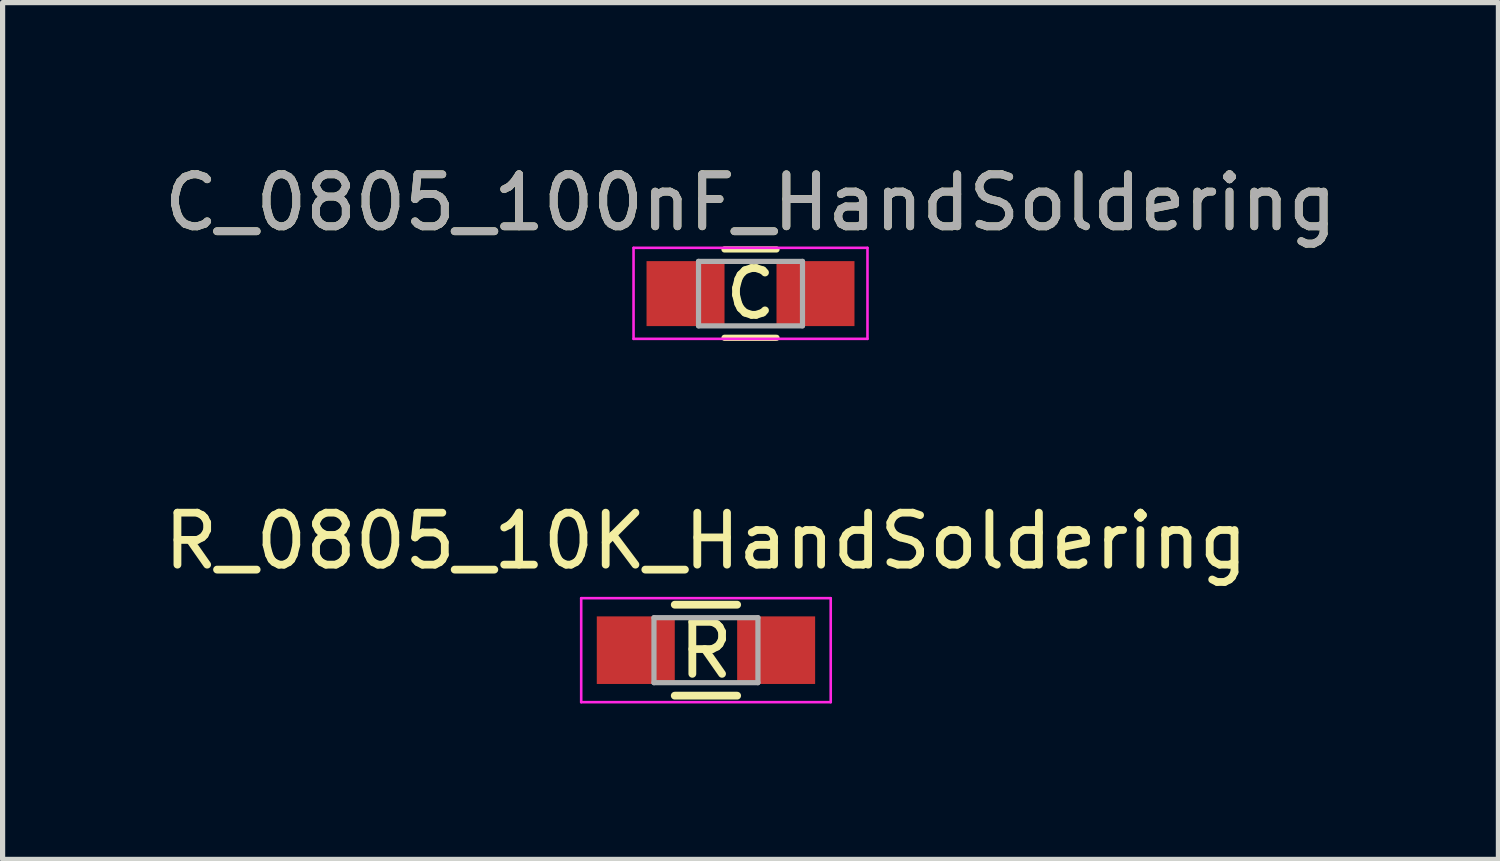
<source format=kicad_pcb>
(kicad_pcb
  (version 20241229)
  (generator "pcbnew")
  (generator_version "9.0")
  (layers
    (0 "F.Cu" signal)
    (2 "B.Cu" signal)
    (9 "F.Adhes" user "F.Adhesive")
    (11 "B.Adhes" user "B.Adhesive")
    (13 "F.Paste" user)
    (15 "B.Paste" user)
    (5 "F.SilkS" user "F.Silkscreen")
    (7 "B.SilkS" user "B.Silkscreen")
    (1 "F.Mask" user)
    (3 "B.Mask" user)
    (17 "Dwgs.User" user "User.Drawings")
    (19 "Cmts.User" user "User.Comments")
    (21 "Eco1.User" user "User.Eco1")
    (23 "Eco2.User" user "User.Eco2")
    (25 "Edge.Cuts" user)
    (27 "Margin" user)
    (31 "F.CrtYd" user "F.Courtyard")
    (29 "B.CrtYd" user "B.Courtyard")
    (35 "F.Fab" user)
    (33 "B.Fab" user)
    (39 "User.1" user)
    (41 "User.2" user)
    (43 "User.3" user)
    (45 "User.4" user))
  (footprint "C_0805_100nF_HandSoldering"
    (layer "F.Cu")
    (at 11.387 2.598)
    (property "Reference" "C_0805_100nF_HandSoldering" (at 0 -1.75 0) (layer "F.SilkS") (effects (font (size 1 1) (thickness 0.15))))
    (attr smd)
    (fp_line (start -0.5 0.85) (end 0.5 0.85) (stroke (width 0.12) (type solid)) (layer "F.SilkS"))
    (fp_line (start 0.5 -0.85) (end -0.5 -0.85) (stroke (width 0.12) (type solid)) (layer "F.SilkS"))
    (fp_line (start -2.25 -0.88) (end -2.25 0.87) (stroke (width 0.05) (type solid)) (layer "F.CrtYd"))
    (fp_line (start -2.25 -0.88) (end 2.25 -0.88) (stroke (width 0.05) (type solid)) (layer "F.CrtYd"))
    (fp_line (start 2.25 0.87) (end -2.25 0.87) (stroke (width 0.05) (type solid)) (layer "F.CrtYd"))
    (fp_line (start 2.25 0.87) (end 2.25 -0.88) (stroke (width 0.05) (type solid)) (layer "F.CrtYd"))
    (fp_line (start -1 -0.62) (end 1 -0.62) (stroke (width 0.1) (type solid)) (layer "F.Fab"))
    (fp_line (start -1 0.62) (end -1 -0.62) (stroke (width 0.1) (type solid)) (layer "F.Fab"))
    (fp_line (start 1 -0.62) (end 1 0.62) (stroke (width 0.1) (type solid)) (layer "F.Fab"))
    (fp_line (start 1 0.62) (end -1 0.62) (stroke (width 0.1) (type solid)) (layer "F.Fab"))
    (fp_text user "C" (at 0 0 0) (layer "F.SilkS") (effects (font (size 0.9 0.9) (thickness 0.15))))
    (fp_text user "${REFERENCE}" (at 0 -1.75 0) (layer "F.Fab") (effects (font (size 1 1) (thickness 0.15))))
    (pad "1" smd rect (at -1.25 0) (size 1.5 1.25) (layers "F.Cu" "F.Mask" "F.Paste"))
    (pad "2" smd rect (at 1.25 0) (size 1.5 1.25) (layers "F.Cu" "F.Mask" "F.Paste")))
  (footprint "R_0805_10K_HandSoldering"
    (layer "F.Cu")
    (at 10.53 9.457)
    (property "Reference" "R_0805_10K_HandSoldering" (at 0 -2.1 0) (layer "F.SilkS") (effects (font (size 1 1) (thickness 0.15))))
    (attr smd)
    (fp_line (start -0.6 -0.875) (end 0.6 -0.875) (stroke (width 0.15) (type solid)) (layer "F.SilkS"))
    (fp_line (start 0.6 0.875) (end -0.6 0.875) (stroke (width 0.15) (type solid)) (layer "F.SilkS"))
    (fp_line (start -2.4 -1) (end -2.4 1) (stroke (width 0.05) (type solid)) (layer "F.CrtYd"))
    (fp_line (start -2.4 -1) (end 2.4 -1) (stroke (width 0.05) (type solid)) (layer "F.CrtYd"))
    (fp_line (start -2.4 1) (end 2.4 1) (stroke (width 0.05) (type solid)) (layer "F.CrtYd"))
    (fp_line (start 2.4 -1) (end 2.4 1) (stroke (width 0.05) (type solid)) (layer "F.CrtYd"))
    (fp_line (start -1 -0.625) (end 1 -0.625) (stroke (width 0.1) (type solid)) (layer "F.Fab"))
    (fp_line (start -1 0.625) (end -1 -0.625) (stroke (width 0.1) (type solid)) (layer "F.Fab"))
    (fp_line (start 1 -0.625) (end 1 0.625) (stroke (width 0.1) (type solid)) (layer "F.Fab"))
    (fp_line (start 1 0.625) (end -1 0.625) (stroke (width 0.1) (type solid)) (layer "F.Fab"))
    (fp_text user "R" (at 0 0 0) (layer "F.SilkS") (effects (font (size 1 1) (thickness 0.15))))
    (pad "1" smd rect (at -1.35 0) (size 1.5 1.3) (layers "F.Cu" "F.Mask" "F.Paste"))
    (pad "2" smd rect (at 1.35 0) (size 1.5 1.3) (layers "F.Cu" "F.Mask" "F.Paste")))
  (gr_rect
    (start -3 -3)
    (end 25.774 13.482)
    (stroke (width 0.1) (type default))
    (fill no)
    (layer "Edge.Cuts")))
</source>
